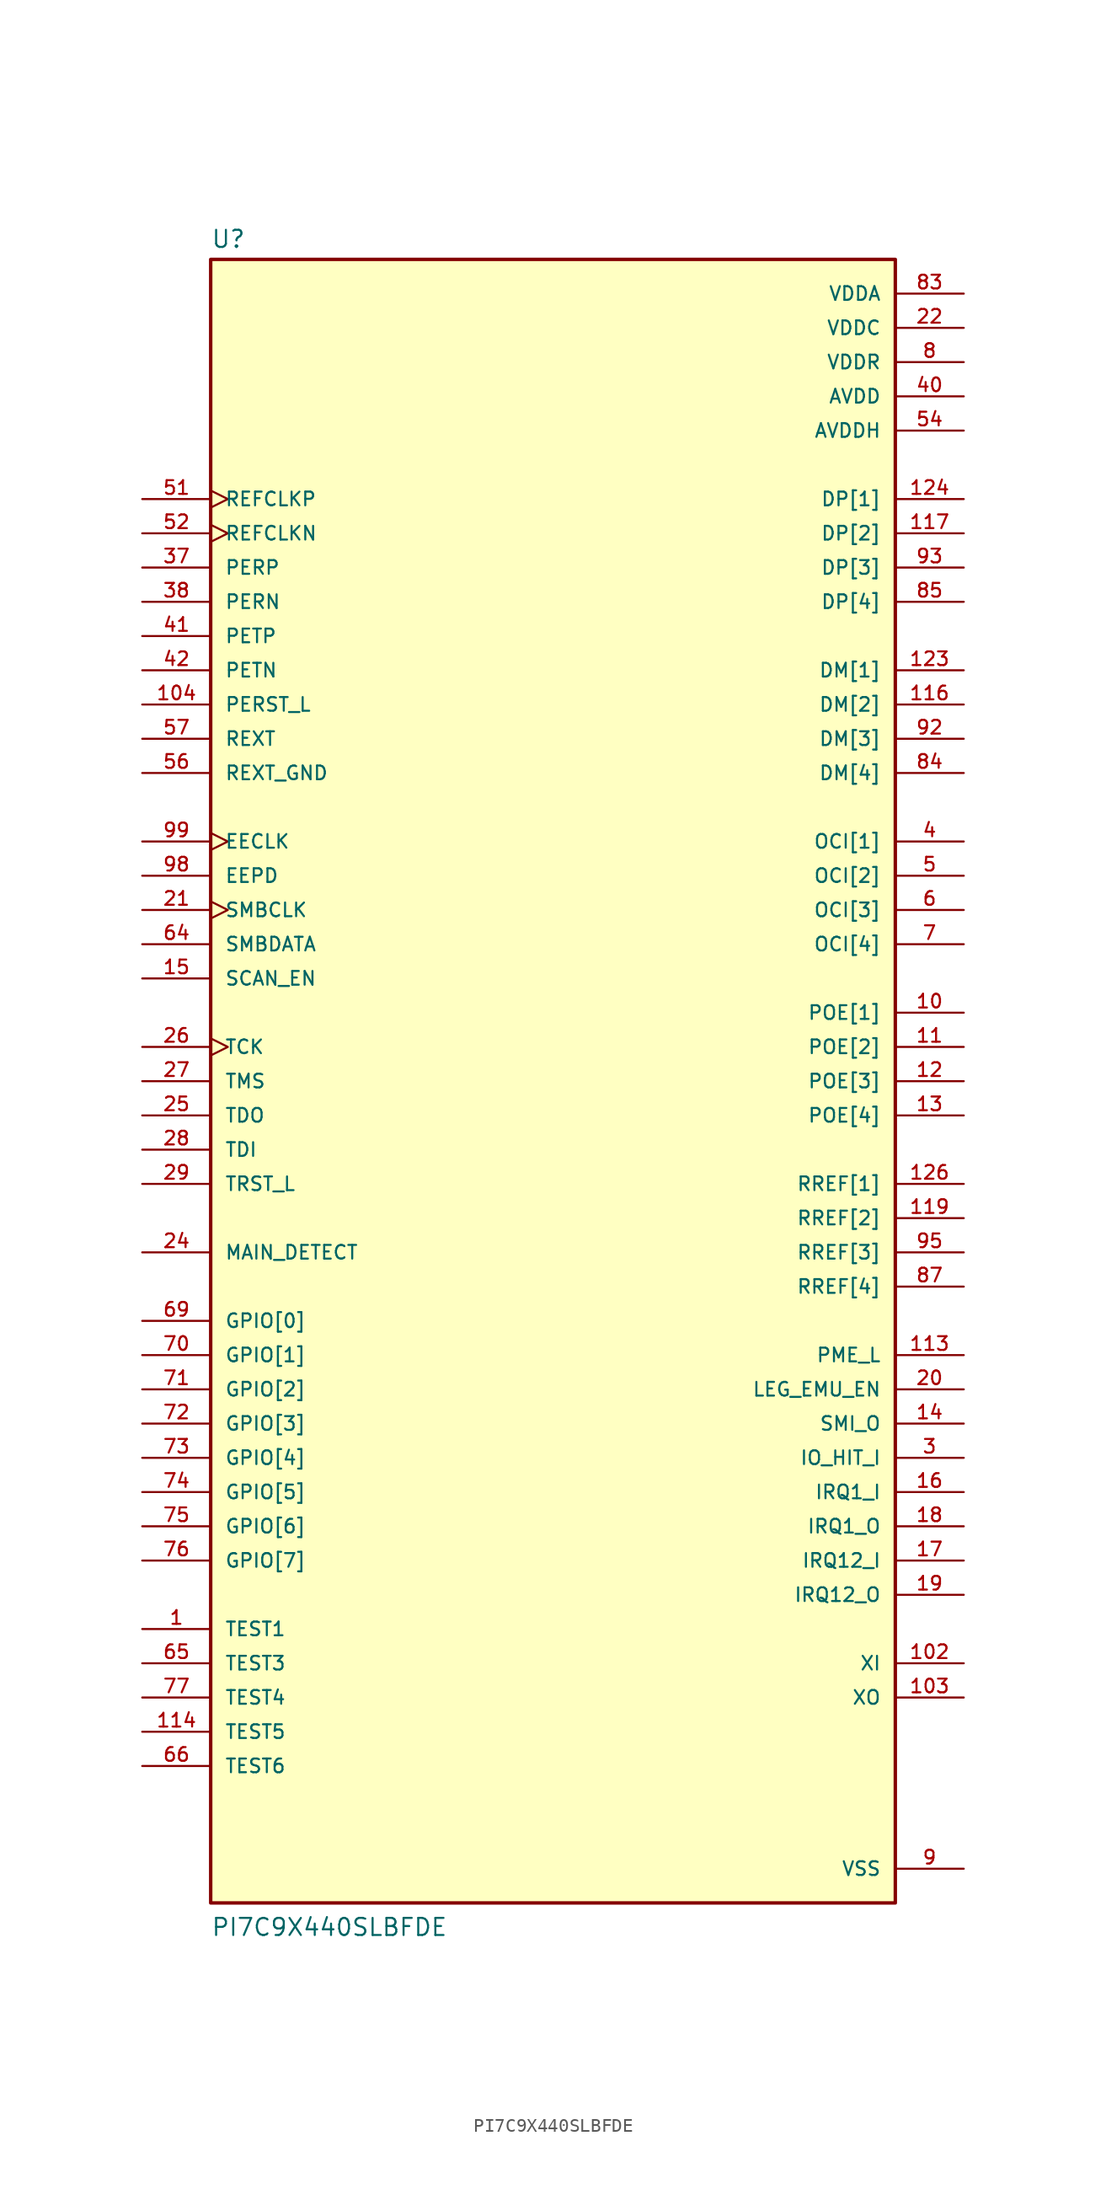
<source format=kicad_sym>
(kicad_symbol_lib
  (version 20211014)
  (generator kicad_symbol_editor)
  (symbol "PI7C9X440SLBFDE"
    (pin_names
      (offset 1.016))
    (property "Reference" "U"
      (at -25.4 61.722 0)
      (effects (font (size 1.27 1.27)) (justify bottom left)))
    (property "Value" "PI7C9X440SLBFDE"
      (at -25.4 -63.5 0)
      (effects (font (size 1.27 1.27)) (justify bottom left)))
    (symbol "PI7C9X440SLBFDE_0_0"
      (rectangle (start -25.4 -60.96) (end 25.4 60.96) (stroke (width 0.254)) (fill (type background)))
      (pin input clock (at -30.48 43.18 0) (length 5.08) (name "REFCLKP" (effects (font (size 1.016 1.016)))) (number "51" (effects (font (size 1.016 1.016)))))
      (pin input clock (at -30.48 40.64 0) (length 5.08) (name "REFCLKN" (effects (font (size 1.016 1.016)))) (number "52" (effects (font (size 1.016 1.016)))))
      (pin input line (at -30.48 38.1 0) (length 5.08) (name "PERP" (effects (font (size 1.016 1.016)))) (number "37" (effects (font (size 1.016 1.016)))))
      (pin input line (at -30.48 35.56 0) (length 5.08) (name "PERN" (effects (font (size 1.016 1.016)))) (number "38" (effects (font (size 1.016 1.016)))))
      (pin output line (at -30.48 33.02 0) (length 5.08) (name "PETP" (effects (font (size 1.016 1.016)))) (number "41" (effects (font (size 1.016 1.016)))))
      (pin output line (at -30.48 30.48 0) (length 5.08) (name "PETN" (effects (font (size 1.016 1.016)))) (number "42" (effects (font (size 1.016 1.016)))))
      (pin input line (at -30.48 27.94 0) (length 5.08) (name "PERST_L" (effects (font (size 1.016 1.016)))) (number "104" (effects (font (size 1.016 1.016)))))
      (pin input line (at -30.48 25.4 0) (length 5.08) (name "REXT" (effects (font (size 1.016 1.016)))) (number "57" (effects (font (size 1.016 1.016)))))
      (pin input line (at -30.48 22.86 0) (length 5.08) (name "REXT_GND" (effects (font (size 1.016 1.016)))) (number "56" (effects (font (size 1.016 1.016)))))
      (pin bidirectional line (at 30.48 43.18 180.0) (length 5.08) (name "DP[1]" (effects (font (size 1.016 1.016)))) (number "124" (effects (font (size 1.016 1.016)))))
      (pin bidirectional line (at 30.48 40.64 180.0) (length 5.08) (name "DP[2]" (effects (font (size 1.016 1.016)))) (number "117" (effects (font (size 1.016 1.016)))))
      (pin bidirectional line (at 30.48 38.1 180.0) (length 5.08) (name "DP[3]" (effects (font (size 1.016 1.016)))) (number "93" (effects (font (size 1.016 1.016)))))
      (pin bidirectional line (at 30.48 35.56 180.0) (length 5.08) (name "DP[4]" (effects (font (size 1.016 1.016)))) (number "85" (effects (font (size 1.016 1.016)))))
      (pin bidirectional line (at 30.48 30.48 180.0) (length 5.08) (name "DM[1]" (effects (font (size 1.016 1.016)))) (number "123" (effects (font (size 1.016 1.016)))))
      (pin bidirectional line (at 30.48 27.94 180.0) (length 5.08) (name "DM[2]" (effects (font (size 1.016 1.016)))) (number "116" (effects (font (size 1.016 1.016)))))
      (pin bidirectional line (at 30.48 25.4 180.0) (length 5.08) (name "DM[3]" (effects (font (size 1.016 1.016)))) (number "92" (effects (font (size 1.016 1.016)))))
      (pin bidirectional line (at 30.48 22.86 180.0) (length 5.08) (name "DM[4]" (effects (font (size 1.016 1.016)))) (number "84" (effects (font (size 1.016 1.016)))))
      (pin input line (at 30.48 17.78 180.0) (length 5.08) (name "OCI[1]" (effects (font (size 1.016 1.016)))) (number "4" (effects (font (size 1.016 1.016)))))
      (pin input line (at 30.48 15.24 180.0) (length 5.08) (name "OCI[2]" (effects (font (size 1.016 1.016)))) (number "5" (effects (font (size 1.016 1.016)))))
      (pin input line (at 30.48 12.7 180.0) (length 5.08) (name "OCI[3]" (effects (font (size 1.016 1.016)))) (number "6" (effects (font (size 1.016 1.016)))))
      (pin input line (at 30.48 10.16 180.0) (length 5.08) (name "OCI[4]" (effects (font (size 1.016 1.016)))) (number "7" (effects (font (size 1.016 1.016)))))
      (pin output line (at 30.48 5.08 180.0) (length 5.08) (name "POE[1]" (effects (font (size 1.016 1.016)))) (number "10" (effects (font (size 1.016 1.016)))))
      (pin output line (at 30.48 2.54 180.0) (length 5.08) (name "POE[2]" (effects (font (size 1.016 1.016)))) (number "11" (effects (font (size 1.016 1.016)))))
      (pin output line (at 30.48 0.0 180.0) (length 5.08) (name "POE[3]" (effects (font (size 1.016 1.016)))) (number "12" (effects (font (size 1.016 1.016)))))
      (pin output line (at 30.48 -2.54 180.0) (length 5.08) (name "POE[4]" (effects (font (size 1.016 1.016)))) (number "13" (effects (font (size 1.016 1.016)))))
      (pin bidirectional line (at 30.48 -7.62 180.0) (length 5.08) (name "RREF[1]" (effects (font (size 1.016 1.016)))) (number "126" (effects (font (size 1.016 1.016)))))
      (pin bidirectional line (at 30.48 -10.16 180.0) (length 5.08) (name "RREF[2]" (effects (font (size 1.016 1.016)))) (number "119" (effects (font (size 1.016 1.016)))))
      (pin bidirectional line (at 30.48 -12.7 180.0) (length 5.08) (name "RREF[3]" (effects (font (size 1.016 1.016)))) (number "95" (effects (font (size 1.016 1.016)))))
      (pin bidirectional line (at 30.48 -15.24 180.0) (length 5.08) (name "RREF[4]" (effects (font (size 1.016 1.016)))) (number "87" (effects (font (size 1.016 1.016)))))
      (pin input line (at 30.48 -43.18 180.0) (length 5.08) (name "XI" (effects (font (size 1.016 1.016)))) (number "102" (effects (font (size 1.016 1.016)))))
      (pin output line (at 30.48 -45.72 180.0) (length 5.08) (name "XO" (effects (font (size 1.016 1.016)))) (number "103" (effects (font (size 1.016 1.016)))))
      (pin output line (at 30.48 -20.32 180.0) (length 5.08) (name "PME_L" (effects (font (size 1.016 1.016)))) (number "113" (effects (font (size 1.016 1.016)))))
      (pin output line (at 30.48 -22.86 180.0) (length 5.08) (name "LEG_EMU_EN" (effects (font (size 1.016 1.016)))) (number "20" (effects (font (size 1.016 1.016)))))
      (pin output line (at 30.48 -25.4 180.0) (length 5.08) (name "SMI_O" (effects (font (size 1.016 1.016)))) (number "14" (effects (font (size 1.016 1.016)))))
      (pin input line (at 30.48 -27.94 180.0) (length 5.08) (name "IO_HIT_I" (effects (font (size 1.016 1.016)))) (number "3" (effects (font (size 1.016 1.016)))))
      (pin input line (at 30.48 -30.48 180.0) (length 5.08) (name "IRQ1_I" (effects (font (size 1.016 1.016)))) (number "16" (effects (font (size 1.016 1.016)))))
      (pin output line (at 30.48 -33.02 180.0) (length 5.08) (name "IRQ1_O" (effects (font (size 1.016 1.016)))) (number "18" (effects (font (size 1.016 1.016)))))
      (pin input line (at 30.48 -35.56 180.0) (length 5.08) (name "IRQ12_I" (effects (font (size 1.016 1.016)))) (number "17" (effects (font (size 1.016 1.016)))))
      (pin output line (at 30.48 -38.1 180.0) (length 5.08) (name "IRQ12_O" (effects (font (size 1.016 1.016)))) (number "19" (effects (font (size 1.016 1.016)))))
      (pin input clock (at -30.48 2.54 0) (length 5.08) (name "TCK" (effects (font (size 1.016 1.016)))) (number "26" (effects (font (size 1.016 1.016)))))
      (pin input line (at -30.48 0.0 0) (length 5.08) (name "TMS" (effects (font (size 1.016 1.016)))) (number "27" (effects (font (size 1.016 1.016)))))
      (pin output line (at -30.48 -2.54 0) (length 5.08) (name "TDO" (effects (font (size 1.016 1.016)))) (number "25" (effects (font (size 1.016 1.016)))))
      (pin input line (at -30.48 -5.08 0) (length 5.08) (name "TDI" (effects (font (size 1.016 1.016)))) (number "28" (effects (font (size 1.016 1.016)))))
      (pin input line (at -30.48 -7.62 0) (length 5.08) (name "TRST_L" (effects (font (size 1.016 1.016)))) (number "29" (effects (font (size 1.016 1.016)))))
      (pin output clock (at -30.48 17.78 0) (length 5.08) (name "EECLK" (effects (font (size 1.016 1.016)))) (number "99" (effects (font (size 1.016 1.016)))))
      (pin bidirectional line (at -30.48 15.24 0) (length 5.08) (name "EEPD" (effects (font (size 1.016 1.016)))) (number "98" (effects (font (size 1.016 1.016)))))
      (pin input clock (at -30.48 12.7 0) (length 5.08) (name "SMBCLK" (effects (font (size 1.016 1.016)))) (number "21" (effects (font (size 1.016 1.016)))))
      (pin bidirectional line (at -30.48 10.16 0) (length 5.08) (name "SMBDATA" (effects (font (size 1.016 1.016)))) (number "64" (effects (font (size 1.016 1.016)))))
      (pin bidirectional line (at -30.48 7.62 0) (length 5.08) (name "SCAN_EN" (effects (font (size 1.016 1.016)))) (number "15" (effects (font (size 1.016 1.016)))))
      (pin bidirectional line (at -30.48 -17.78 0) (length 5.08) (name "GPIO[0]" (effects (font (size 1.016 1.016)))) (number "69" (effects (font (size 1.016 1.016)))))
      (pin bidirectional line (at -30.48 -20.32 0) (length 5.08) (name "GPIO[1]" (effects (font (size 1.016 1.016)))) (number "70" (effects (font (size 1.016 1.016)))))
      (pin bidirectional line (at -30.48 -22.86 0) (length 5.08) (name "GPIO[2]" (effects (font (size 1.016 1.016)))) (number "71" (effects (font (size 1.016 1.016)))))
      (pin bidirectional line (at -30.48 -25.4 0) (length 5.08) (name "GPIO[3]" (effects (font (size 1.016 1.016)))) (number "72" (effects (font (size 1.016 1.016)))))
      (pin bidirectional line (at -30.48 -27.94 0) (length 5.08) (name "GPIO[4]" (effects (font (size 1.016 1.016)))) (number "73" (effects (font (size 1.016 1.016)))))
      (pin bidirectional line (at -30.48 -30.48 0) (length 5.08) (name "GPIO[5]" (effects (font (size 1.016 1.016)))) (number "74" (effects (font (size 1.016 1.016)))))
      (pin bidirectional line (at -30.48 -33.02 0) (length 5.08) (name "GPIO[6]" (effects (font (size 1.016 1.016)))) (number "75" (effects (font (size 1.016 1.016)))))
      (pin bidirectional line (at -30.48 -35.56 0) (length 5.08) (name "GPIO[7]" (effects (font (size 1.016 1.016)))) (number "76" (effects (font (size 1.016 1.016)))))
      (pin input line (at -30.48 -12.7 0) (length 5.08) (name "MAIN_DETECT" (effects (font (size 1.016 1.016)))) (number "24" (effects (font (size 1.016 1.016)))))
      (pin input line (at -30.48 -40.64 0) (length 5.08) (name "TEST1" (effects (font (size 1.016 1.016)))) (number "1" (effects (font (size 1.016 1.016)))))
      (pin input line (at -30.48 -50.8 0) (length 5.08) (name "TEST6" (effects (font (size 1.016 1.016)))) (number "66" (effects (font (size 1.016 1.016)))))
      (pin input line (at -30.48 -43.18 0) (length 5.08) (name "TEST3" (effects (font (size 1.016 1.016)))) (number "65" (effects (font (size 1.016 1.016)))))
      (pin input line (at -30.48 -45.72 0) (length 5.08) (name "TEST4" (effects (font (size 1.016 1.016)))) (number "77" (effects (font (size 1.016 1.016)))))
      (pin input line (at -30.48 -48.26 0) (length 5.08) (name "TEST5" (effects (font (size 1.016 1.016)))) (number "114" (effects (font (size 1.016 1.016)))))
      (pin power_in line (at 30.48 55.88 180.0) (length 5.08) (name "VDDC" (effects (font (size 1.016 1.016)))) (number "22" (effects (font (size 1.016 1.016)))))
      (pin power_in line (at 30.48 55.88 180.0) (length 5.08) hide (name "VDDC" (effects (font (size 1.016 1.016)))) (number "35" (effects (font (size 1.016 1.016)))))
      (pin power_in line (at 30.48 55.88 180.0) (length 5.08) hide (name "VDDC" (effects (font (size 1.016 1.016)))) (number "81" (effects (font (size 1.016 1.016)))))
      (pin power_in line (at 30.48 55.88 180.0) (length 5.08) hide (name "VDDC" (effects (font (size 1.016 1.016)))) (number "100" (effects (font (size 1.016 1.016)))))
      (pin power_in line (at 30.48 55.88 180.0) (length 5.08) hide (name "VDDC" (effects (font (size 1.016 1.016)))) (number "109" (effects (font (size 1.016 1.016)))))
      (pin power_in line (at 30.48 55.88 180.0) (length 5.08) hide (name "VDDC" (effects (font (size 1.016 1.016)))) (number "111" (effects (font (size 1.016 1.016)))))
      (pin power_in line (at 30.48 53.34 180.0) (length 5.08) (name "VDDR" (effects (font (size 1.016 1.016)))) (number "8" (effects (font (size 1.016 1.016)))))
      (pin power_in line (at 30.48 53.34 180.0) (length 5.08) hide (name "VDDR" (effects (font (size 1.016 1.016)))) (number "33" (effects (font (size 1.016 1.016)))))
      (pin power_in line (at 30.48 53.34 180.0) (length 5.08) hide (name "VDDR" (effects (font (size 1.016 1.016)))) (number "67" (effects (font (size 1.016 1.016)))))
      (pin power_in line (at 30.48 53.34 180.0) (length 5.08) hide (name "VDDR" (effects (font (size 1.016 1.016)))) (number "105" (effects (font (size 1.016 1.016)))))
      (pin power_in line (at 30.48 53.34 180.0) (length 5.08) hide (name "VDDR" (effects (font (size 1.016 1.016)))) (number "112" (effects (font (size 1.016 1.016)))))
      (pin power_in line (at 30.48 58.42 180.0) (length 5.08) (name "VDDA" (effects (font (size 1.016 1.016)))) (number "83" (effects (font (size 1.016 1.016)))))
      (pin power_in line (at 30.48 58.42 180.0) (length 5.08) hide (name "VDDA" (effects (font (size 1.016 1.016)))) (number "90" (effects (font (size 1.016 1.016)))))
      (pin power_in line (at 30.48 58.42 180.0) (length 5.08) hide (name "VDDA" (effects (font (size 1.016 1.016)))) (number "91" (effects (font (size 1.016 1.016)))))
      (pin power_in line (at 30.48 58.42 180.0) (length 5.08) hide (name "VDDA" (effects (font (size 1.016 1.016)))) (number "97" (effects (font (size 1.016 1.016)))))
      (pin power_in line (at 30.48 58.42 180.0) (length 5.08) hide (name "VDDA" (effects (font (size 1.016 1.016)))) (number "115" (effects (font (size 1.016 1.016)))))
      (pin power_in line (at 30.48 58.42 180.0) (length 5.08) hide (name "VDDA" (effects (font (size 1.016 1.016)))) (number "121" (effects (font (size 1.016 1.016)))))
      (pin power_in line (at 30.48 58.42 180.0) (length 5.08) hide (name "VDDA" (effects (font (size 1.016 1.016)))) (number "122" (effects (font (size 1.016 1.016)))))
      (pin power_in line (at 30.48 58.42 180.0) (length 5.08) hide (name "VDDA" (effects (font (size 1.016 1.016)))) (number "128" (effects (font (size 1.016 1.016)))))
      (pin power_in line (at 30.48 50.8 180.0) (length 5.08) (name "AVDD" (effects (font (size 1.016 1.016)))) (number "40" (effects (font (size 1.016 1.016)))))
      (pin power_in line (at 30.48 50.8 180.0) (length 5.08) hide (name "AVDD" (effects (font (size 1.016 1.016)))) (number "46" (effects (font (size 1.016 1.016)))))
      (pin power_in line (at 30.48 50.8 180.0) (length 5.08) hide (name "AVDD" (effects (font (size 1.016 1.016)))) (number "49" (effects (font (size 1.016 1.016)))))
      (pin power_in line (at 30.48 50.8 180.0) (length 5.08) hide (name "AVDD" (effects (font (size 1.016 1.016)))) (number "60" (effects (font (size 1.016 1.016)))))
      (pin power_in line (at 30.48 48.26 180.0) (length 5.08) (name "AVDDH" (effects (font (size 1.016 1.016)))) (number "54" (effects (font (size 1.016 1.016)))))
      (pin power_in line (at 30.48 -58.42 180.0) (length 5.08) (name "VSS" (effects (font (size 1.016 1.016)))) (number "9" (effects (font (size 1.016 1.016)))))
      (pin power_in line (at 30.48 -58.42 180.0) (length 5.08) hide (name "VSS" (effects (font (size 1.016 1.016)))) (number "23" (effects (font (size 1.016 1.016)))))
      (pin power_in line (at 30.48 -58.42 180.0) (length 5.08) hide (name "VSS" (effects (font (size 1.016 1.016)))) (number "34" (effects (font (size 1.016 1.016)))))
      (pin power_in line (at 30.48 -58.42 180.0) (length 5.08) hide (name "VSS" (effects (font (size 1.016 1.016)))) (number "36" (effects (font (size 1.016 1.016)))))
      (pin power_in line (at 30.48 -58.42 180.0) (length 5.08) hide (name "VSS" (effects (font (size 1.016 1.016)))) (number "39" (effects (font (size 1.016 1.016)))))
      (pin power_in line (at 30.48 -58.42 180.0) (length 5.08) hide (name "VSS" (effects (font (size 1.016 1.016)))) (number "45" (effects (font (size 1.016 1.016)))))
      (pin power_in line (at 30.48 -58.42 180.0) (length 5.08) hide (name "VSS" (effects (font (size 1.016 1.016)))) (number "50" (effects (font (size 1.016 1.016)))))
      (pin power_in line (at 30.48 -58.42 180.0) (length 5.08) hide (name "VSS" (effects (font (size 1.016 1.016)))) (number "53" (effects (font (size 1.016 1.016)))))
      (pin power_in line (at 30.48 -58.42 180.0) (length 5.08) hide (name "VSS" (effects (font (size 1.016 1.016)))) (number "61" (effects (font (size 1.016 1.016)))))
      (pin power_in line (at 30.48 -58.42 180.0) (length 5.08) hide (name "VSS" (effects (font (size 1.016 1.016)))) (number "68" (effects (font (size 1.016 1.016)))))
      (pin power_in line (at 30.48 -58.42 180.0) (length 5.08) hide (name "VSS" (effects (font (size 1.016 1.016)))) (number "82" (effects (font (size 1.016 1.016)))))
      (pin power_in line (at 30.48 -58.42 180.0) (length 5.08) hide (name "VSS" (effects (font (size 1.016 1.016)))) (number "86" (effects (font (size 1.016 1.016)))))
      (pin power_in line (at 30.48 -58.42 180.0) (length 5.08) hide (name "VSS" (effects (font (size 1.016 1.016)))) (number "89" (effects (font (size 1.016 1.016)))))
      (pin power_in line (at 30.48 -58.42 180.0) (length 5.08) hide (name "VSS" (effects (font (size 1.016 1.016)))) (number "94" (effects (font (size 1.016 1.016)))))
      (pin power_in line (at 30.48 -58.42 180.0) (length 5.08) hide (name "VSS" (effects (font (size 1.016 1.016)))) (number "96" (effects (font (size 1.016 1.016)))))
      (pin power_in line (at 30.48 -58.42 180.0) (length 5.08) hide (name "VSS" (effects (font (size 1.016 1.016)))) (number "101" (effects (font (size 1.016 1.016)))))
      (pin power_in line (at 30.48 -58.42 180.0) (length 5.08) hide (name "VSS" (effects (font (size 1.016 1.016)))) (number "106" (effects (font (size 1.016 1.016)))))
      (pin power_in line (at 30.48 -58.42 180.0) (length 5.08) hide (name "VSS" (effects (font (size 1.016 1.016)))) (number "110" (effects (font (size 1.016 1.016)))))
      (pin power_in line (at 30.48 -58.42 180.0) (length 5.08) hide (name "VSS" (effects (font (size 1.016 1.016)))) (number "118" (effects (font (size 1.016 1.016)))))
      (pin power_in line (at 30.48 -58.42 180.0) (length 5.08) hide (name "VSS" (effects (font (size 1.016 1.016)))) (number "120" (effects (font (size 1.016 1.016)))))
      (pin power_in line (at 30.48 -58.42 180.0) (length 5.08) hide (name "VSS" (effects (font (size 1.016 1.016)))) (number "125" (effects (font (size 1.016 1.016)))))
      (pin power_in line (at 30.48 -58.42 180.0) (length 5.08) hide (name "VSS" (effects (font (size 1.016 1.016)))) (number "127" (effects (font (size 1.016 1.016)))))
      (pin power_in line (at 30.48 -58.42 180.0) (length 5.08) hide (name "VSS" (effects (font (size 1.016 1.016)))) (number "129" (effects (font (size 1.016 1.016))))))))
</source>
